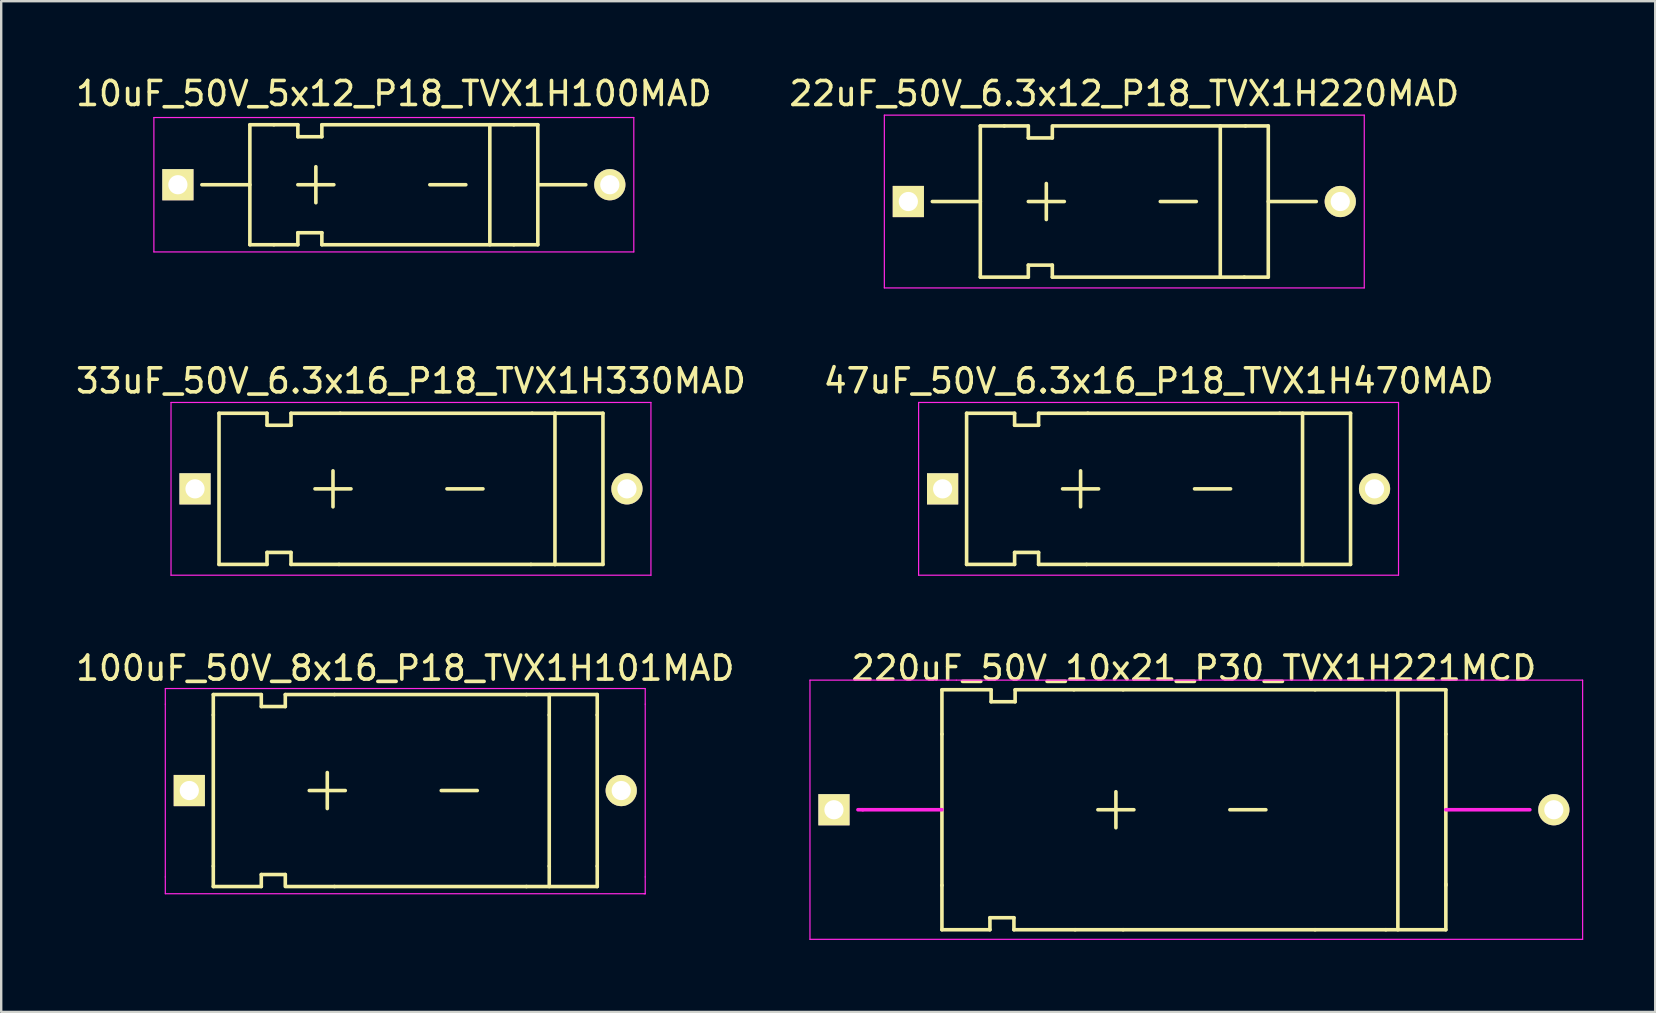
<source format=kicad_pcb>
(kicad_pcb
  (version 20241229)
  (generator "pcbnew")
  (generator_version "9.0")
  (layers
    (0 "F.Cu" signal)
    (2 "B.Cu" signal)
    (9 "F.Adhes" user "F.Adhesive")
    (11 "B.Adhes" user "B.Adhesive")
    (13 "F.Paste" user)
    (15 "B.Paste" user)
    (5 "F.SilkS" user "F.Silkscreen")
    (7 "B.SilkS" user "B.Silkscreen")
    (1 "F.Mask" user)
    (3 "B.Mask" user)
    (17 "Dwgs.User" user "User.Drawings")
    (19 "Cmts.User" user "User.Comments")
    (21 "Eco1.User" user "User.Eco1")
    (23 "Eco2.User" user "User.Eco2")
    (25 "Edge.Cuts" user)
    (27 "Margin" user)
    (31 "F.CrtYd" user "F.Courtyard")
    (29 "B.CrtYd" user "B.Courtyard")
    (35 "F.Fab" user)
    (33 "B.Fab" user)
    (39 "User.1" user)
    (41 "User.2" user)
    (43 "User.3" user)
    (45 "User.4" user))
  (footprint "33uF_50V_6.3x16_P18_TVX1H330MAD"
    (layer "F.Cu")
    (at 5.077 17.322)
    (property "Reference" "33uF_50V_6.3x16_P18_TVX1H330MAD" (at 9 -4.5 0) (layer "F.SilkS") (effects (font (size 1 1) (thickness 0.15))))
    (attr through_hole)
    (fp_line (start 1 -3.15) (end 1 3.15) (stroke (width 0.15) (type solid)) (layer "F.SilkS"))
    (fp_line (start 1 -3.15) (end 3 -3.15) (stroke (width 0.15) (type solid)) (layer "F.SilkS"))
    (fp_line (start 3 -3.15) (end 3 -2.65) (stroke (width 0.15) (type solid)) (layer "F.SilkS"))
    (fp_line (start 3 -2.65) (end 4 -2.65) (stroke (width 0.15) (type solid)) (layer "F.SilkS"))
    (fp_line (start 3 2.65) (end 3 3.15) (stroke (width 0.15) (type solid)) (layer "F.SilkS"))
    (fp_line (start 3 3.15) (end 1 3.15) (stroke (width 0.15) (type solid)) (layer "F.SilkS"))
    (fp_line (start 4 -3.15) (end 6.05 -3.15) (stroke (width 0.15) (type solid)) (layer "F.SilkS"))
    (fp_line (start 4 -2.65) (end 4 -3.15) (stroke (width 0.15) (type solid)) (layer "F.SilkS"))
    (fp_line (start 4 2.65) (end 3 2.65) (stroke (width 0.15) (type solid)) (layer "F.SilkS"))
    (fp_line (start 4 3.15) (end 4 2.65) (stroke (width 0.15) (type solid)) (layer "F.SilkS"))
    (fp_line (start 5 0) (end 6.5 0) (stroke (width 0.15) (type solid)) (layer "F.SilkS"))
    (fp_line (start 5.75 0.75) (end 5.75 -0.75) (stroke (width 0.15) (type solid)) (layer "F.SilkS"))
    (fp_line (start 6 3.15) (end 4 3.15) (stroke (width 0.15) (type solid)) (layer "F.SilkS"))
    (fp_line (start 6 3.15) (end 14 3.15) (stroke (width 0.15) (type solid)) (layer "F.SilkS"))
    (fp_line (start 10.5 0) (end 12 0) (stroke (width 0.15) (type solid)) (layer "F.SilkS"))
    (fp_line (start 14 3.15) (end 15 3.15) (stroke (width 0.15) (type solid)) (layer "F.SilkS"))
    (fp_line (start 14.05 -3.15) (end 6.05 -3.15) (stroke (width 0.15) (type solid)) (layer "F.SilkS"))
    (fp_line (start 15 -3.15) (end 14.05 -3.15) (stroke (width 0.15) (type solid)) (layer "F.SilkS"))
    (fp_line (start 15 -3.15) (end 15 3.15) (stroke (width 0.15) (type solid)) (layer "F.SilkS"))
    (fp_line (start 15 -3.15) (end 17 -3.15) (stroke (width 0.15) (type solid)) (layer "F.SilkS"))
    (fp_line (start 17 3.15) (end 15 3.15) (stroke (width 0.15) (type solid)) (layer "F.SilkS"))
    (fp_line (start 17 3.15) (end 17 -3.15) (stroke (width 0.15) (type solid)) (layer "F.SilkS"))
    (fp_line (start -1 -3.6) (end -1 3.6) (stroke (width 0.05) (type solid)) (layer "F.CrtYd"))
    (fp_line (start -1 -3.6) (end 19 -3.6) (stroke (width 0.05) (type solid)) (layer "F.CrtYd"))
    (fp_line (start 19 -3.6) (end 19 3.6) (stroke (width 0.05) (type solid)) (layer "F.CrtYd"))
    (fp_line (start 19 3.6) (end -1 3.6) (stroke (width 0.05) (type solid)) (layer "F.CrtYd"))
    (pad "1" thru_hole rect (at 0 0) (size 1.3 1.3) (drill 0.8) (layers "*.Cu" "*.Mask" "F.SilkS"))
    (pad "2" thru_hole circle (at 18 0) (size 1.3 1.3) (drill 0.8) (layers "*.Cu" "*.Mask" "F.SilkS")))
  (footprint "10uF_50V_5x12_P18_TVX1H100MAD"
    (layer "F.Cu")
    (at 4.363 4.648)
    (property "Reference" "10uF_50V_5x12_P18_TVX1H100MAD" (at 9 -3.8 0) (layer "F.SilkS") (effects (font (size 1 1) (thickness 0.15))))
    (attr through_hole)
    (fp_line (start 1 0) (end 3 0) (stroke (width 0.15) (type solid)) (layer "F.SilkS"))
    (fp_line (start 3 2.5) (end 3 -2.5) (stroke (width 0.15) (type solid)) (layer "F.SilkS"))
    (fp_line (start 3 2.5) (end 4 2.5) (stroke (width 0.15) (type solid)) (layer "F.SilkS"))
    (fp_line (start 4 -2.5) (end 3 -2.5) (stroke (width 0.15) (type solid)) (layer "F.SilkS"))
    (fp_line (start 5 -2.5) (end 4 -2.5) (stroke (width 0.15) (type solid)) (layer "F.SilkS"))
    (fp_line (start 5 -2.5) (end 5 -2) (stroke (width 0.15) (type solid)) (layer "F.SilkS"))
    (fp_line (start 5 -2) (end 6 -2) (stroke (width 0.15) (type solid)) (layer "F.SilkS"))
    (fp_line (start 5 0) (end 6.5 0) (stroke (width 0.15) (type solid)) (layer "F.SilkS"))
    (fp_line (start 5 2) (end 5 2.5) (stroke (width 0.15) (type solid)) (layer "F.SilkS"))
    (fp_line (start 5 2.5) (end 4 2.5) (stroke (width 0.15) (type solid)) (layer "F.SilkS"))
    (fp_line (start 5.75 0.75) (end 5.75 -0.75) (stroke (width 0.15) (type solid)) (layer "F.SilkS"))
    (fp_line (start 6 -2) (end 6 -2.5) (stroke (width 0.15) (type solid)) (layer "F.SilkS"))
    (fp_line (start 6 2) (end 5 2) (stroke (width 0.15) (type solid)) (layer "F.SilkS"))
    (fp_line (start 6 2.5) (end 6 2) (stroke (width 0.15) (type solid)) (layer "F.SilkS"))
    (fp_line (start 6 2.5) (end 14 2.5) (stroke (width 0.15) (type solid)) (layer "F.SilkS"))
    (fp_line (start 10.5 0) (end 12 0) (stroke (width 0.15) (type solid)) (layer "F.SilkS"))
    (fp_line (start 13 -2.5) (end 13 2.5) (stroke (width 0.15) (type solid)) (layer "F.SilkS"))
    (fp_line (start 14 -2.5) (end 6 -2.5) (stroke (width 0.15) (type solid)) (layer "F.SilkS"))
    (fp_line (start 14 -2.5) (end 15 -2.5) (stroke (width 0.15) (type solid)) (layer "F.SilkS"))
    (fp_line (start 14 2.5) (end 15 2.5) (stroke (width 0.15) (type solid)) (layer "F.SilkS"))
    (fp_line (start 15 2.5) (end 15 -2.5) (stroke (width 0.15) (type solid)) (layer "F.SilkS"))
    (fp_line (start 17 0) (end 15 0) (stroke (width 0.15) (type solid)) (layer "F.SilkS"))
    (fp_line (start -1 -2.8) (end 19 -2.8) (stroke (width 0.05) (type solid)) (layer "F.CrtYd"))
    (fp_line (start -1 2.8) (end -1 -2.8) (stroke (width 0.05) (type solid)) (layer "F.CrtYd"))
    (fp_line (start 19 -2.8) (end 19 2.8) (stroke (width 0.05) (type solid)) (layer "F.CrtYd"))
    (fp_line (start 19 2.8) (end -1 2.8) (stroke (width 0.05) (type solid)) (layer "F.CrtYd"))
    (pad "1" thru_hole rect (at 0 0) (size 1.3 1.3) (drill 0.8) (layers "*.Cu" "*.Mask" "F.SilkS"))
    (pad "2" thru_hole circle (at 18 0) (size 1.3 1.3) (drill 0.8) (layers "*.Cu" "*.Mask" "F.SilkS")))
  (footprint "22uF_50V_6.3x12_P18_TVX1H220MAD"
    (layer "F.Cu")
    (at 34.804 5.348)
    (property "Reference" "22uF_50V_6.3x12_P18_TVX1H220MAD" (at 9 -4.5 0) (layer "F.SilkS") (effects (font (size 1 1) (thickness 0.15))))
    (attr through_hole)
    (fp_line (start 1 0) (end 3 0) (stroke (width 0.15) (type solid)) (layer "F.SilkS"))
    (fp_line (start 3 -3.15) (end 3 3.15) (stroke (width 0.15) (type solid)) (layer "F.SilkS"))
    (fp_line (start 3 3.15) (end 5 3.15) (stroke (width 0.15) (type solid)) (layer "F.SilkS"))
    (fp_line (start 4 -3.15) (end 3 -3.15) (stroke (width 0.15) (type solid)) (layer "F.SilkS"))
    (fp_line (start 5 -3.15) (end 4 -3.15) (stroke (width 0.15) (type solid)) (layer "F.SilkS"))
    (fp_line (start 5 -3.15) (end 5 -2.65) (stroke (width 0.15) (type solid)) (layer "F.SilkS"))
    (fp_line (start 5 -2.65) (end 6 -2.65) (stroke (width 0.15) (type solid)) (layer "F.SilkS"))
    (fp_line (start 5 0) (end 6.5 0) (stroke (width 0.15) (type solid)) (layer "F.SilkS"))
    (fp_line (start 5 2.65) (end 5 3.15) (stroke (width 0.15) (type solid)) (layer "F.SilkS"))
    (fp_line (start 5.75 0.75) (end 5.75 -0.75) (stroke (width 0.15) (type solid)) (layer "F.SilkS"))
    (fp_line (start 6 -2.65) (end 6 -3.15) (stroke (width 0.15) (type solid)) (layer "F.SilkS"))
    (fp_line (start 6 2.65) (end 5 2.65) (stroke (width 0.15) (type solid)) (layer "F.SilkS"))
    (fp_line (start 6 3.15) (end 6 2.65) (stroke (width 0.15) (type solid)) (layer "F.SilkS"))
    (fp_line (start 6 3.15) (end 14 3.15) (stroke (width 0.15) (type solid)) (layer "F.SilkS"))
    (fp_line (start 10.5 0) (end 12 0) (stroke (width 0.15) (type solid)) (layer "F.SilkS"))
    (fp_line (start 13 -3.15) (end 13 3.15) (stroke (width 0.15) (type solid)) (layer "F.SilkS"))
    (fp_line (start 14 3.15) (end 15 3.15) (stroke (width 0.15) (type solid)) (layer "F.SilkS"))
    (fp_line (start 14.05 -3.15) (end 6.05 -3.15) (stroke (width 0.15) (type solid)) (layer "F.SilkS"))
    (fp_line (start 15 -3.15) (end 14.05 -3.15) (stroke (width 0.15) (type solid)) (layer "F.SilkS"))
    (fp_line (start 15 3.15) (end 15 -3.15) (stroke (width 0.15) (type solid)) (layer "F.SilkS"))
    (fp_line (start 17 0) (end 15 0) (stroke (width 0.15) (type solid)) (layer "F.SilkS"))
    (fp_line (start -1 -3.6) (end -1 3.6) (stroke (width 0.05) (type solid)) (layer "F.CrtYd"))
    (fp_line (start -1 -3.6) (end 19 -3.6) (stroke (width 0.05) (type solid)) (layer "F.CrtYd"))
    (fp_line (start 19 -3.6) (end 19 3.6) (stroke (width 0.05) (type solid)) (layer "F.CrtYd"))
    (fp_line (start 19 3.6) (end -1 3.6) (stroke (width 0.05) (type solid)) (layer "F.CrtYd"))
    (pad "1" thru_hole rect (at 0 0) (size 1.3 1.3) (drill 0.8) (layers "*.Cu" "*.Mask" "F.SilkS"))
    (pad "2" thru_hole circle (at 18 0) (size 1.3 1.3) (drill 0.8) (layers "*.Cu" "*.Mask" "F.SilkS")))
  (footprint "220uF_50V_10x21_P30_TVX1H221MCD"
    (layer "F.Cu")
    (at 37.704 30.695)
    (property "Reference" "220uF_50V_10x21_P30_TVX1H221MCD" (at 9 -5.9 0) (layer "F.SilkS") (effects (font (size 1 1) (thickness 0.15))))
    (attr through_hole)
    (fp_line (start -1.5 -5) (end -1.5 -3.15) (stroke (width 0.15) (type solid)) (layer "F.SilkS"))
    (fp_line (start -1.5 -3.15) (end -1.5 3.15) (stroke (width 0.15) (type solid)) (layer "F.SilkS"))
    (fp_line (start -1.5 5) (end -1.5 3.15) (stroke (width 0.15) (type solid)) (layer "F.SilkS"))
    (fp_line (start 0.5 4.5) (end 0.5 5) (stroke (width 0.15) (type solid)) (layer "F.SilkS"))
    (fp_line (start 0.5 5) (end -1.5 5) (stroke (width 0.15) (type solid)) (layer "F.SilkS"))
    (fp_line (start 0.55 -5) (end -1.5 -5) (stroke (width 0.15) (type solid)) (layer "F.SilkS"))
    (fp_line (start 0.55 -5) (end 0.55 -4.5) (stroke (width 0.15) (type solid)) (layer "F.SilkS"))
    (fp_line (start 0.55 -4.5) (end 1.55 -4.5) (stroke (width 0.15) (type solid)) (layer "F.SilkS"))
    (fp_line (start 1.5 4.5) (end 0.5 4.5) (stroke (width 0.15) (type solid)) (layer "F.SilkS"))
    (fp_line (start 1.5 5) (end 1.5 4.5) (stroke (width 0.15) (type solid)) (layer "F.SilkS"))
    (fp_line (start 1.5 5) (end 4.05 5) (stroke (width 0.15) (type solid)) (layer "F.SilkS"))
    (fp_line (start 1.55 -4.5) (end 1.55 -5) (stroke (width 0.15) (type solid)) (layer "F.SilkS"))
    (fp_line (start 4 -5) (end 1.55 -5) (stroke (width 0.15) (type solid)) (layer "F.SilkS"))
    (fp_line (start 4 -5) (end 6.05 -5) (stroke (width 0.15) (type solid)) (layer "F.SilkS"))
    (fp_line (start 5 0) (end 6.5 0) (stroke (width 0.15) (type solid)) (layer "F.SilkS"))
    (fp_line (start 5.75 0.75) (end 5.75 -0.75) (stroke (width 0.15) (type solid)) (layer "F.SilkS"))
    (fp_line (start 6.05 5) (end 4.05 5) (stroke (width 0.15) (type solid)) (layer "F.SilkS"))
    (fp_line (start 6.05 5) (end 14.05 5) (stroke (width 0.15) (type solid)) (layer "F.SilkS"))
    (fp_line (start 10.5 0) (end 12 0) (stroke (width 0.15) (type solid)) (layer "F.SilkS"))
    (fp_line (start 14.05 -5) (end 6.05 -5) (stroke (width 0.15) (type solid)) (layer "F.SilkS"))
    (fp_line (start 14.05 -5) (end 17 -5) (stroke (width 0.15) (type solid)) (layer "F.SilkS"))
    (fp_line (start 14.05 5) (end 17 5) (stroke (width 0.15) (type solid)) (layer "F.SilkS"))
    (fp_line (start 17 -5) (end 19.5 -5) (stroke (width 0.15) (type solid)) (layer "F.SilkS"))
    (fp_line (start 17 5) (end 19.5 5) (stroke (width 0.15) (type solid)) (layer "F.SilkS"))
    (fp_line (start 17.5 -5) (end 17.5 5) (stroke (width 0.15) (type solid)) (layer "F.SilkS"))
    (fp_line (start 19.5 -5) (end 19.5 -3.15) (stroke (width 0.15) (type solid)) (layer "F.SilkS"))
    (fp_line (start 19.5 3.15) (end 19.5 -3.15) (stroke (width 0.15) (type solid)) (layer "F.SilkS"))
    (fp_line (start 19.5 5) (end 19.5 3.1) (stroke (width 0.15) (type solid)) (layer "F.SilkS"))
    (fp_line (start -7 -5.4) (end -7 5.4) (stroke (width 0.05) (type solid)) (layer "F.CrtYd"))
    (fp_line (start -7 5.4) (end 25.2 5.4) (stroke (width 0.05) (type solid)) (layer "F.CrtYd"))
    (fp_line (start -4.8 0) (end -5 0) (stroke (width 0.15) (type solid)) (layer "F.CrtYd"))
    (fp_line (start -1.5 0) (end -4.8 0) (stroke (width 0.15) (type solid)) (layer "F.CrtYd"))
    (fp_line (start -0.9 -5.4) (end -7 -5.4) (stroke (width 0.05) (type solid)) (layer "F.CrtYd"))
    (fp_line (start 19.5 0) (end 23 0) (stroke (width 0.15) (type solid)) (layer "F.CrtYd"))
    (fp_line (start 25.2 -5.4) (end -0.9 -5.4) (stroke (width 0.05) (type solid)) (layer "F.CrtYd"))
    (fp_line (start 25.2 5.4) (end 25.2 -5.4) (stroke (width 0.05) (type solid)) (layer "F.CrtYd"))
    (pad "1" thru_hole rect (at -6 0) (size 1.3 1.3) (drill 0.8) (layers "*.Cu" "*.Mask" "F.SilkS"))
    (pad "2" thru_hole circle (at 24 0) (size 1.3 1.3) (drill 0.8) (layers "*.Cu" "*.Mask" "F.SilkS")))
  (footprint "100uF_50V_8x16_P18_TVX1H101MAD"
    (layer "F.Cu")
    (at 4.839 29.895)
    (property "Reference" "100uF_50V_8x16_P18_TVX1H101MAD" (at 9 -5.1 0) (layer "F.SilkS") (effects (font (size 1 1) (thickness 0.15))))
    (attr through_hole)
    (fp_line (start 1 -4) (end 3 -4) (stroke (width 0.15) (type solid)) (layer "F.SilkS"))
    (fp_line (start 1 -3.15) (end 1 -4) (stroke (width 0.15) (type solid)) (layer "F.SilkS"))
    (fp_line (start 1 -3.15) (end 1 3.15) (stroke (width 0.15) (type solid)) (layer "F.SilkS"))
    (fp_line (start 1 3.15) (end 1 4) (stroke (width 0.15) (type solid)) (layer "F.SilkS"))
    (fp_line (start 3 -4) (end 3 -3.5) (stroke (width 0.15) (type solid)) (layer "F.SilkS"))
    (fp_line (start 3 -3.5) (end 4 -3.5) (stroke (width 0.15) (type solid)) (layer "F.SilkS"))
    (fp_line (start 3 3.5) (end 3 4) (stroke (width 0.15) (type solid)) (layer "F.SilkS"))
    (fp_line (start 3 4) (end 1 4) (stroke (width 0.15) (type solid)) (layer "F.SilkS"))
    (fp_line (start 4 -4) (end 6.05 -4) (stroke (width 0.15) (type solid)) (layer "F.SilkS"))
    (fp_line (start 4 -3.5) (end 4 -4) (stroke (width 0.15) (type solid)) (layer "F.SilkS"))
    (fp_line (start 4 3.5) (end 3 3.5) (stroke (width 0.15) (type solid)) (layer "F.SilkS"))
    (fp_line (start 4 4) (end 4 3.5) (stroke (width 0.15) (type solid)) (layer "F.SilkS"))
    (fp_line (start 5 0) (end 6.5 0) (stroke (width 0.15) (type solid)) (layer "F.SilkS"))
    (fp_line (start 5.75 0.75) (end 5.75 -0.75) (stroke (width 0.15) (type solid)) (layer "F.SilkS"))
    (fp_line (start 6.05 4) (end 4.05 4) (stroke (width 0.15) (type solid)) (layer "F.SilkS"))
    (fp_line (start 6.05 4) (end 14.05 4) (stroke (width 0.15) (type solid)) (layer "F.SilkS"))
    (fp_line (start 10.5 0) (end 12 0) (stroke (width 0.15) (type solid)) (layer "F.SilkS"))
    (fp_line (start 14.05 -4) (end 6.05 -4) (stroke (width 0.15) (type solid)) (layer "F.SilkS"))
    (fp_line (start 14.05 -4) (end 17 -4) (stroke (width 0.15) (type solid)) (layer "F.SilkS"))
    (fp_line (start 14.05 4) (end 17 4) (stroke (width 0.15) (type solid)) (layer "F.SilkS"))
    (fp_line (start 15 -3.15) (end 15 -4) (stroke (width 0.15) (type solid)) (layer "F.SilkS"))
    (fp_line (start 15 -3.15) (end 15 3.15) (stroke (width 0.15) (type solid)) (layer "F.SilkS"))
    (fp_line (start 15 3.15) (end 15 4) (stroke (width 0.15) (type solid)) (layer "F.SilkS"))
    (fp_line (start 17 -4) (end 17 -3.15) (stroke (width 0.15) (type solid)) (layer "F.SilkS"))
    (fp_line (start 17 3.15) (end 17 -3.15) (stroke (width 0.15) (type solid)) (layer "F.SilkS"))
    (fp_line (start 17 4) (end 17 3.15) (stroke (width 0.15) (type solid)) (layer "F.SilkS"))
    (fp_line (start -1 -4.25) (end 19 -4.25) (stroke (width 0.05) (type solid)) (layer "F.CrtYd"))
    (fp_line (start -1 -3.6) (end -1 -4.25) (stroke (width 0.05) (type solid)) (layer "F.CrtYd"))
    (fp_line (start -1 -3.6) (end -1 3.6) (stroke (width 0.05) (type solid)) (layer "F.CrtYd"))
    (fp_line (start -1 3.6) (end -1 4.3) (stroke (width 0.05) (type solid)) (layer "F.CrtYd"))
    (fp_line (start 19 -3.6) (end 19 -4.25) (stroke (width 0.05) (type solid)) (layer "F.CrtYd"))
    (fp_line (start 19 -3.6) (end 19 3.6) (stroke (width 0.05) (type solid)) (layer "F.CrtYd"))
    (fp_line (start 19 3.6) (end 19 4.3) (stroke (width 0.05) (type solid)) (layer "F.CrtYd"))
    (fp_line (start 19 4.3) (end -1 4.3) (stroke (width 0.05) (type solid)) (layer "F.CrtYd"))
    (fp_line (start 19 4.3) (end 18.95 4.3) (stroke (width 0.05) (type solid)) (layer "F.CrtYd"))
    (pad "1" thru_hole rect (at 0 0) (size 1.3 1.3) (drill 0.8) (layers "*.Cu" "*.Mask" "F.SilkS"))
    (pad "2" thru_hole circle (at 18 0) (size 1.3 1.3) (drill 0.8) (layers "*.Cu" "*.Mask" "F.SilkS")))
  (footprint "47uF_50V_6.3x16_P18_TVX1H470MAD"
    (layer "F.Cu")
    (at 36.232 17.322)
    (property "Reference" "47uF_50V_6.3x16_P18_TVX1H470MAD" (at 9 -4.5 0) (layer "F.SilkS") (effects (font (size 1 1) (thickness 0.15))))
    (attr through_hole)
    (fp_line (start 1 -3.15) (end 1 3.15) (stroke (width 0.15) (type solid)) (layer "F.SilkS"))
    (fp_line (start 1 -3.15) (end 3 -3.15) (stroke (width 0.15) (type solid)) (layer "F.SilkS"))
    (fp_line (start 3 -3.15) (end 3 -2.65) (stroke (width 0.15) (type solid)) (layer "F.SilkS"))
    (fp_line (start 3 -2.65) (end 4 -2.65) (stroke (width 0.15) (type solid)) (layer "F.SilkS"))
    (fp_line (start 3 2.65) (end 3 3.15) (stroke (width 0.15) (type solid)) (layer "F.SilkS"))
    (fp_line (start 3 3.15) (end 1 3.15) (stroke (width 0.15) (type solid)) (layer "F.SilkS"))
    (fp_line (start 4 -3.15) (end 6.05 -3.15) (stroke (width 0.15) (type solid)) (layer "F.SilkS"))
    (fp_line (start 4 -2.65) (end 4 -3.15) (stroke (width 0.15) (type solid)) (layer "F.SilkS"))
    (fp_line (start 4 2.65) (end 3 2.65) (stroke (width 0.15) (type solid)) (layer "F.SilkS"))
    (fp_line (start 4 3.15) (end 4 2.65) (stroke (width 0.15) (type solid)) (layer "F.SilkS"))
    (fp_line (start 5 0) (end 6.5 0) (stroke (width 0.15) (type solid)) (layer "F.SilkS"))
    (fp_line (start 5.75 0.75) (end 5.75 -0.75) (stroke (width 0.15) (type solid)) (layer "F.SilkS"))
    (fp_line (start 6 3.15) (end 4 3.15) (stroke (width 0.15) (type solid)) (layer "F.SilkS"))
    (fp_line (start 6 3.15) (end 14 3.15) (stroke (width 0.15) (type solid)) (layer "F.SilkS"))
    (fp_line (start 10.5 0) (end 12 0) (stroke (width 0.15) (type solid)) (layer "F.SilkS"))
    (fp_line (start 14 3.15) (end 15 3.15) (stroke (width 0.15) (type solid)) (layer "F.SilkS"))
    (fp_line (start 14.05 -3.15) (end 6.05 -3.15) (stroke (width 0.15) (type solid)) (layer "F.SilkS"))
    (fp_line (start 15 -3.15) (end 14.05 -3.15) (stroke (width 0.15) (type solid)) (layer "F.SilkS"))
    (fp_line (start 15 -3.15) (end 15 3.15) (stroke (width 0.15) (type solid)) (layer "F.SilkS"))
    (fp_line (start 15 -3.15) (end 17 -3.15) (stroke (width 0.15) (type solid)) (layer "F.SilkS"))
    (fp_line (start 17 3.15) (end 15 3.15) (stroke (width 0.15) (type solid)) (layer "F.SilkS"))
    (fp_line (start 17 3.15) (end 17 -3.15) (stroke (width 0.15) (type solid)) (layer "F.SilkS"))
    (fp_line (start -1 -3.6) (end -1 3.6) (stroke (width 0.05) (type solid)) (layer "F.CrtYd"))
    (fp_line (start -1 -3.6) (end 19 -3.6) (stroke (width 0.05) (type solid)) (layer "F.CrtYd"))
    (fp_line (start 19 -3.6) (end 19 3.6) (stroke (width 0.05) (type solid)) (layer "F.CrtYd"))
    (fp_line (start 19 3.6) (end -1 3.6) (stroke (width 0.05) (type solid)) (layer "F.CrtYd"))
    (pad "1" thru_hole rect (at 0 0) (size 1.3 1.3) (drill 0.8) (layers "*.Cu" "*.Mask" "F.SilkS"))
    (pad "2" thru_hole circle (at 18 0) (size 1.3 1.3) (drill 0.8) (layers "*.Cu" "*.Mask" "F.SilkS")))
  (gr_rect
    (start -3 -3)
    (end 65.929 39.12)
    (stroke (width 0.1) (type default))
    (fill no)
    (layer "Edge.Cuts")))
</source>
